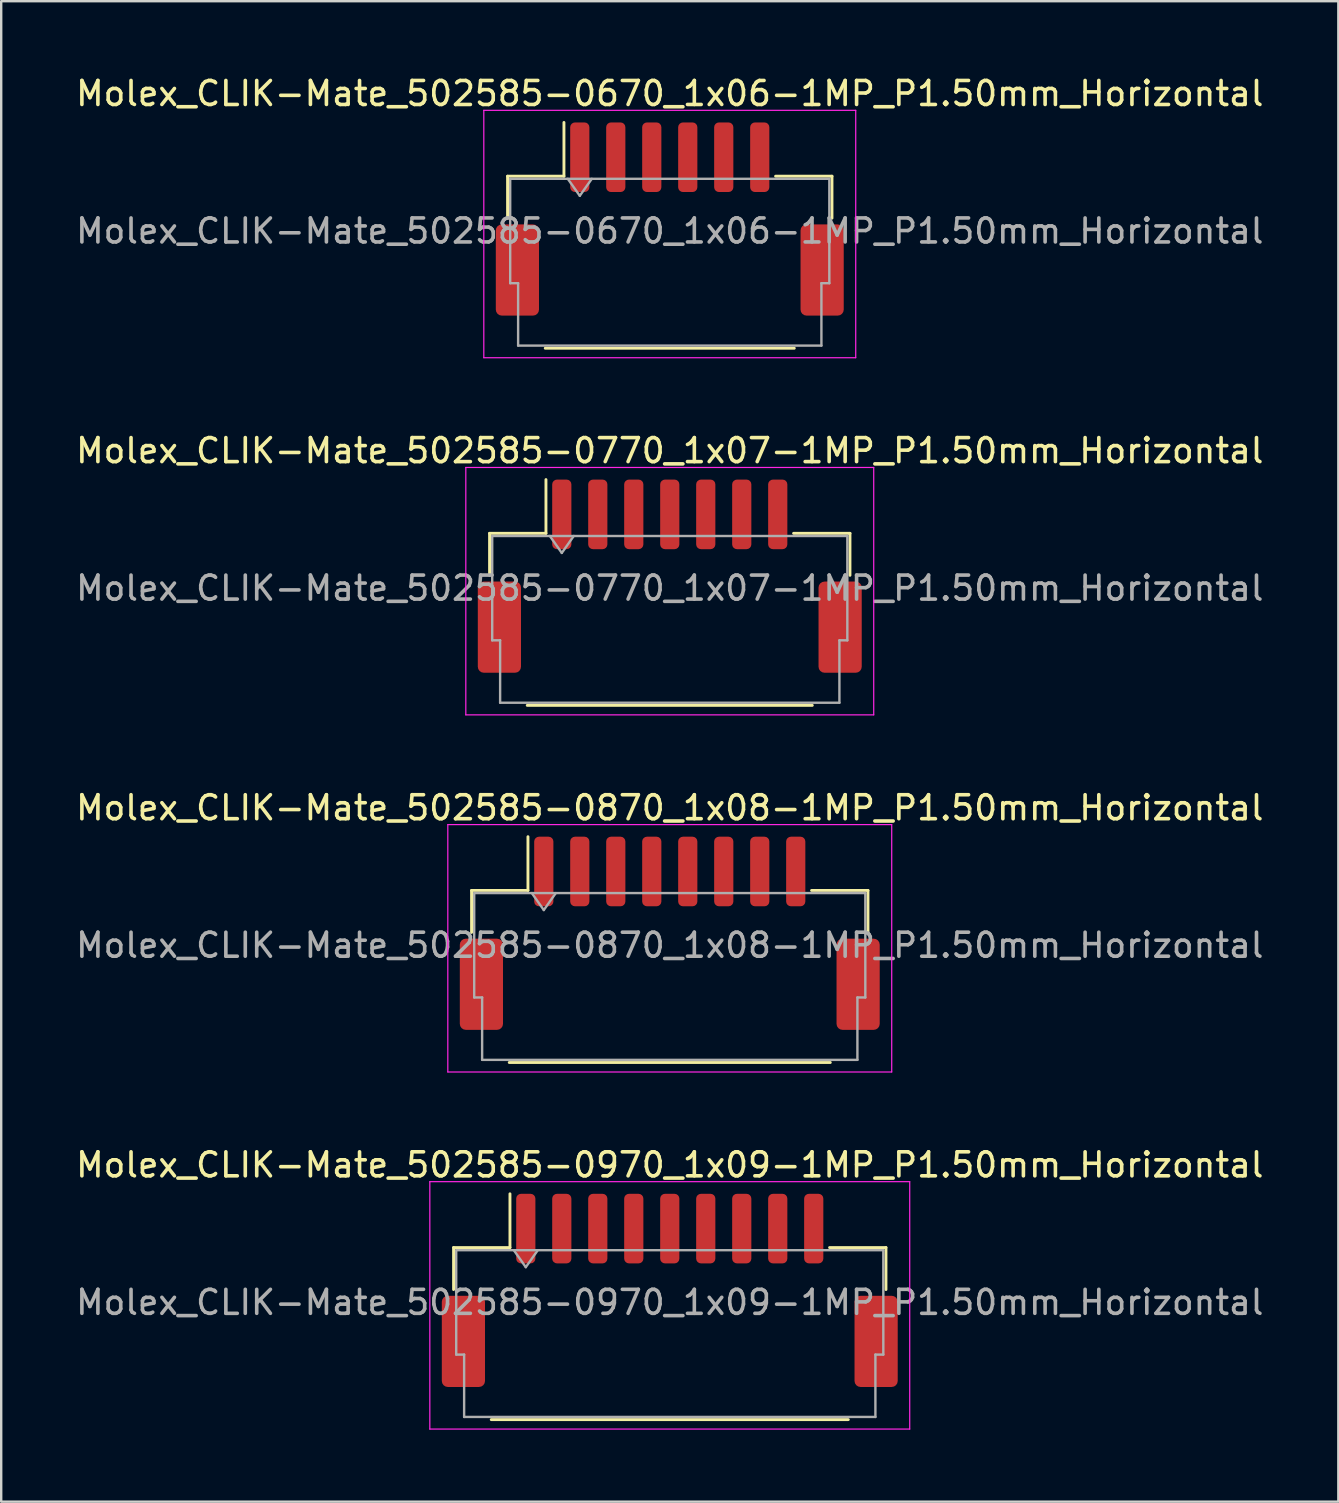
<source format=kicad_pcb>
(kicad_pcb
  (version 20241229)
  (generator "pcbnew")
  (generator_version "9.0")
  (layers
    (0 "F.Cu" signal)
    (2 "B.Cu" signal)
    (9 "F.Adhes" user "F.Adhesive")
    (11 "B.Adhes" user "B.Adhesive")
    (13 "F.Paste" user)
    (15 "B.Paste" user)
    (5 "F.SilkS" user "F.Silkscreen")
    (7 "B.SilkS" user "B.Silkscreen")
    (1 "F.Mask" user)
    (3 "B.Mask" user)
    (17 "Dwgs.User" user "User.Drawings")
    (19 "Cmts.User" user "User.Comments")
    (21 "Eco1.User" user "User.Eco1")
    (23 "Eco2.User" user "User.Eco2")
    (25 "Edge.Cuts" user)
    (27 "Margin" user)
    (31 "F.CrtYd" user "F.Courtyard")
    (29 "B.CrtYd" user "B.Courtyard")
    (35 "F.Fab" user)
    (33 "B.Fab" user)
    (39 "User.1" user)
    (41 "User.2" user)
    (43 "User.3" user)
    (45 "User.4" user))
  (footprint "Molex_CLIK-Mate_502585-0670_1x06-1MP_P1.50mm_Horizontal"
    (layer "F.Cu")
    (at 24.863 6.078)
    (property "Reference" "Molex_CLIK-Mate_502585-0670_1x06-1MP_P1.50mm_Horizontal" (at 0 -5.23 0) (layer "F.SilkS") (effects (font (size 1 1) (thickness 0.15))))
    (attr smd)
    (fp_line (start -6.76 -1.785) (end -4.41 -1.785) (stroke (width 0.12) (type solid)) (layer "F.SilkS"))
    (fp_line (start -6.76 -0.035) (end -6.76 -1.785) (stroke (width 0.12) (type solid)) (layer "F.SilkS"))
    (fp_line (start -5.19 5.385) (end 5.19 5.385) (stroke (width 0.12) (type solid)) (layer "F.SilkS"))
    (fp_line (start -4.41 -1.785) (end -4.41 -4.025) (stroke (width 0.12) (type solid)) (layer "F.SilkS"))
    (fp_line (start 6.76 -1.785) (end 4.41 -1.785) (stroke (width 0.12) (type solid)) (layer "F.SilkS"))
    (fp_line (start 6.76 -0.035) (end 6.76 -1.785) (stroke (width 0.12) (type solid)) (layer "F.SilkS"))
    (fp_line (start -7.75 -4.53) (end -7.75 5.78) (stroke (width 0.05) (type solid)) (layer "F.CrtYd"))
    (fp_line (start -7.75 5.78) (end 7.75 5.78) (stroke (width 0.05) (type solid)) (layer "F.CrtYd"))
    (fp_line (start 7.75 -4.53) (end -7.75 -4.53) (stroke (width 0.05) (type solid)) (layer "F.CrtYd"))
    (fp_line (start 7.75 5.78) (end 7.75 -4.53) (stroke (width 0.05) (type solid)) (layer "F.CrtYd"))
    (fp_line (start -6.65 -1.675) (end -6.65 2.675) (stroke (width 0.1) (type solid)) (layer "F.Fab"))
    (fp_line (start -6.65 -1.675) (end 6.65 -1.675) (stroke (width 0.1) (type solid)) (layer "F.Fab"))
    (fp_line (start -6.65 2.675) (end -6.32 2.675) (stroke (width 0.1) (type solid)) (layer "F.Fab"))
    (fp_line (start -6.32 2.675) (end -6.32 5.275) (stroke (width 0.1) (type solid)) (layer "F.Fab"))
    (fp_line (start -6.32 5.275) (end 6.32 5.275) (stroke (width 0.1) (type solid)) (layer "F.Fab"))
    (fp_line (start -4.25 -1.675) (end -3.75 -0.968) (stroke (width 0.1) (type solid)) (layer "F.Fab"))
    (fp_line (start -3.75 -0.968) (end -3.25 -1.675) (stroke (width 0.1) (type solid)) (layer "F.Fab"))
    (fp_line (start 6.32 2.675) (end 6.65 2.675) (stroke (width 0.1) (type solid)) (layer "F.Fab"))
    (fp_line (start 6.32 5.275) (end 6.32 2.675) (stroke (width 0.1) (type solid)) (layer "F.Fab"))
    (fp_line (start 6.65 -1.675) (end 6.65 2.675) (stroke (width 0.1) (type solid)) (layer "F.Fab"))
    (fp_text user "${REFERENCE}" (at 0 0.5 0) (layer "F.Fab") (effects (font (size 1 1) (thickness 0.15))))
    (pad "1" smd roundrect (at -3.75 -2.575) (size 0.8 2.9) (layers "F.Cu" "F.Mask" "F.Paste") (roundrect_rratio 0.25))
    (pad "2" smd roundrect (at -2.25 -2.575) (size 0.8 2.9) (layers "F.Cu" "F.Mask" "F.Paste") (roundrect_rratio 0.25))
    (pad "3" smd roundrect (at -0.75 -2.575) (size 0.8 2.9) (layers "F.Cu" "F.Mask" "F.Paste") (roundrect_rratio 0.25))
    (pad "4" smd roundrect (at 0.75 -2.575) (size 0.8 2.9) (layers "F.Cu" "F.Mask" "F.Paste") (roundrect_rratio 0.25))
    (pad "5" smd roundrect (at 2.25 -2.575) (size 0.8 2.9) (layers "F.Cu" "F.Mask" "F.Paste") (roundrect_rratio 0.25))
    (pad "6" smd roundrect (at 3.75 -2.575) (size 0.8 2.9) (layers "F.Cu" "F.Mask" "F.Paste") (roundrect_rratio 0.25))
    (pad "MP" smd roundrect (at -6.35 2.125) (size 1.8 3.8) (layers "F.Cu" "F.Mask" "F.Paste") (roundrect_rratio 0.139))
    (pad "MP" smd roundrect (at 6.35 2.125) (size 1.8 3.8) (layers "F.Cu" "F.Mask" "F.Paste") (roundrect_rratio 0.139)))
  (footprint "Molex_CLIK-Mate_502585-0770_1x07-1MP_P1.50mm_Horizontal"
    (layer "F.Cu")
    (at 24.863 20.962)
    (property "Reference" "Molex_CLIK-Mate_502585-0770_1x07-1MP_P1.50mm_Horizontal" (at 0 -5.23 0) (layer "F.SilkS") (effects (font (size 1 1) (thickness 0.15))))
    (attr smd)
    (fp_line (start -7.51 -1.785) (end -5.16 -1.785) (stroke (width 0.12) (type solid)) (layer "F.SilkS"))
    (fp_line (start -7.51 -0.035) (end -7.51 -1.785) (stroke (width 0.12) (type solid)) (layer "F.SilkS"))
    (fp_line (start -5.94 5.385) (end 5.94 5.385) (stroke (width 0.12) (type solid)) (layer "F.SilkS"))
    (fp_line (start -5.16 -1.785) (end -5.16 -4.025) (stroke (width 0.12) (type solid)) (layer "F.SilkS"))
    (fp_line (start 7.51 -1.785) (end 5.16 -1.785) (stroke (width 0.12) (type solid)) (layer "F.SilkS"))
    (fp_line (start 7.51 -0.035) (end 7.51 -1.785) (stroke (width 0.12) (type solid)) (layer "F.SilkS"))
    (fp_line (start -8.5 -4.53) (end -8.5 5.78) (stroke (width 0.05) (type solid)) (layer "F.CrtYd"))
    (fp_line (start -8.5 5.78) (end 8.5 5.78) (stroke (width 0.05) (type solid)) (layer "F.CrtYd"))
    (fp_line (start 8.5 -4.53) (end -8.5 -4.53) (stroke (width 0.05) (type solid)) (layer "F.CrtYd"))
    (fp_line (start 8.5 5.78) (end 8.5 -4.53) (stroke (width 0.05) (type solid)) (layer "F.CrtYd"))
    (fp_line (start -7.4 -1.675) (end -7.4 2.675) (stroke (width 0.1) (type solid)) (layer "F.Fab"))
    (fp_line (start -7.4 -1.675) (end 7.4 -1.675) (stroke (width 0.1) (type solid)) (layer "F.Fab"))
    (fp_line (start -7.4 2.675) (end -7.07 2.675) (stroke (width 0.1) (type solid)) (layer "F.Fab"))
    (fp_line (start -7.07 2.675) (end -7.07 5.275) (stroke (width 0.1) (type solid)) (layer "F.Fab"))
    (fp_line (start -7.07 5.275) (end 7.07 5.275) (stroke (width 0.1) (type solid)) (layer "F.Fab"))
    (fp_line (start -5 -1.675) (end -4.5 -0.968) (stroke (width 0.1) (type solid)) (layer "F.Fab"))
    (fp_line (start -4.5 -0.968) (end -4 -1.675) (stroke (width 0.1) (type solid)) (layer "F.Fab"))
    (fp_line (start 7.07 2.675) (end 7.4 2.675) (stroke (width 0.1) (type solid)) (layer "F.Fab"))
    (fp_line (start 7.07 5.275) (end 7.07 2.675) (stroke (width 0.1) (type solid)) (layer "F.Fab"))
    (fp_line (start 7.4 -1.675) (end 7.4 2.675) (stroke (width 0.1) (type solid)) (layer "F.Fab"))
    (fp_text user "${REFERENCE}" (at 0 0.5 0) (layer "F.Fab") (effects (font (size 1 1) (thickness 0.15))))
    (pad "1" smd roundrect (at -4.5 -2.575) (size 0.8 2.9) (layers "F.Cu" "F.Mask" "F.Paste") (roundrect_rratio 0.25))
    (pad "2" smd roundrect (at -3 -2.575) (size 0.8 2.9) (layers "F.Cu" "F.Mask" "F.Paste") (roundrect_rratio 0.25))
    (pad "3" smd roundrect (at -1.5 -2.575) (size 0.8 2.9) (layers "F.Cu" "F.Mask" "F.Paste") (roundrect_rratio 0.25))
    (pad "4" smd roundrect (at 0 -2.575) (size 0.8 2.9) (layers "F.Cu" "F.Mask" "F.Paste") (roundrect_rratio 0.25))
    (pad "5" smd roundrect (at 1.5 -2.575) (size 0.8 2.9) (layers "F.Cu" "F.Mask" "F.Paste") (roundrect_rratio 0.25))
    (pad "6" smd roundrect (at 3 -2.575) (size 0.8 2.9) (layers "F.Cu" "F.Mask" "F.Paste") (roundrect_rratio 0.25))
    (pad "7" smd roundrect (at 4.5 -2.575) (size 0.8 2.9) (layers "F.Cu" "F.Mask" "F.Paste") (roundrect_rratio 0.25))
    (pad "MP" smd roundrect (at -7.1 2.125) (size 1.8 3.8) (layers "F.Cu" "F.Mask" "F.Paste") (roundrect_rratio 0.139))
    (pad "MP" smd roundrect (at 7.1 2.125) (size 1.8 3.8) (layers "F.Cu" "F.Mask" "F.Paste") (roundrect_rratio 0.139)))
  (footprint "Molex_CLIK-Mate_502585-0870_1x08-1MP_P1.50mm_Horizontal"
    (layer "F.Cu")
    (at 24.863 35.845)
    (property "Reference" "Molex_CLIK-Mate_502585-0870_1x08-1MP_P1.50mm_Horizontal" (at 0 -5.23 0) (layer "F.SilkS") (effects (font (size 1 1) (thickness 0.15))))
    (attr smd)
    (fp_line (start -8.26 -1.785) (end -5.91 -1.785) (stroke (width 0.12) (type solid)) (layer "F.SilkS"))
    (fp_line (start -8.26 -0.035) (end -8.26 -1.785) (stroke (width 0.12) (type solid)) (layer "F.SilkS"))
    (fp_line (start -6.69 5.385) (end 6.69 5.385) (stroke (width 0.12) (type solid)) (layer "F.SilkS"))
    (fp_line (start -5.91 -1.785) (end -5.91 -4.025) (stroke (width 0.12) (type solid)) (layer "F.SilkS"))
    (fp_line (start 8.26 -1.785) (end 5.91 -1.785) (stroke (width 0.12) (type solid)) (layer "F.SilkS"))
    (fp_line (start 8.26 -0.035) (end 8.26 -1.785) (stroke (width 0.12) (type solid)) (layer "F.SilkS"))
    (fp_line (start -9.25 -4.53) (end -9.25 5.78) (stroke (width 0.05) (type solid)) (layer "F.CrtYd"))
    (fp_line (start -9.25 5.78) (end 9.25 5.78) (stroke (width 0.05) (type solid)) (layer "F.CrtYd"))
    (fp_line (start 9.25 -4.53) (end -9.25 -4.53) (stroke (width 0.05) (type solid)) (layer "F.CrtYd"))
    (fp_line (start 9.25 5.78) (end 9.25 -4.53) (stroke (width 0.05) (type solid)) (layer "F.CrtYd"))
    (fp_line (start -8.15 -1.675) (end -8.15 2.675) (stroke (width 0.1) (type solid)) (layer "F.Fab"))
    (fp_line (start -8.15 -1.675) (end 8.15 -1.675) (stroke (width 0.1) (type solid)) (layer "F.Fab"))
    (fp_line (start -8.15 2.675) (end -7.82 2.675) (stroke (width 0.1) (type solid)) (layer "F.Fab"))
    (fp_line (start -7.82 2.675) (end -7.82 5.275) (stroke (width 0.1) (type solid)) (layer "F.Fab"))
    (fp_line (start -7.82 5.275) (end 7.82 5.275) (stroke (width 0.1) (type solid)) (layer "F.Fab"))
    (fp_line (start -5.75 -1.675) (end -5.25 -0.968) (stroke (width 0.1) (type solid)) (layer "F.Fab"))
    (fp_line (start -5.25 -0.968) (end -4.75 -1.675) (stroke (width 0.1) (type solid)) (layer "F.Fab"))
    (fp_line (start 7.82 2.675) (end 8.15 2.675) (stroke (width 0.1) (type solid)) (layer "F.Fab"))
    (fp_line (start 7.82 5.275) (end 7.82 2.675) (stroke (width 0.1) (type solid)) (layer "F.Fab"))
    (fp_line (start 8.15 -1.675) (end 8.15 2.675) (stroke (width 0.1) (type solid)) (layer "F.Fab"))
    (fp_text user "${REFERENCE}" (at 0 0.5 0) (layer "F.Fab") (effects (font (size 1 1) (thickness 0.15))))
    (pad "1" smd roundrect (at -5.25 -2.575) (size 0.8 2.9) (layers "F.Cu" "F.Mask" "F.Paste") (roundrect_rratio 0.25))
    (pad "2" smd roundrect (at -3.75 -2.575) (size 0.8 2.9) (layers "F.Cu" "F.Mask" "F.Paste") (roundrect_rratio 0.25))
    (pad "3" smd roundrect (at -2.25 -2.575) (size 0.8 2.9) (layers "F.Cu" "F.Mask" "F.Paste") (roundrect_rratio 0.25))
    (pad "4" smd roundrect (at -0.75 -2.575) (size 0.8 2.9) (layers "F.Cu" "F.Mask" "F.Paste") (roundrect_rratio 0.25))
    (pad "5" smd roundrect (at 0.75 -2.575) (size 0.8 2.9) (layers "F.Cu" "F.Mask" "F.Paste") (roundrect_rratio 0.25))
    (pad "6" smd roundrect (at 2.25 -2.575) (size 0.8 2.9) (layers "F.Cu" "F.Mask" "F.Paste") (roundrect_rratio 0.25))
    (pad "7" smd roundrect (at 3.75 -2.575) (size 0.8 2.9) (layers "F.Cu" "F.Mask" "F.Paste") (roundrect_rratio 0.25))
    (pad "8" smd roundrect (at 5.25 -2.575) (size 0.8 2.9) (layers "F.Cu" "F.Mask" "F.Paste") (roundrect_rratio 0.25))
    (pad "MP" smd roundrect (at -7.85 2.125) (size 1.8 3.8) (layers "F.Cu" "F.Mask" "F.Paste") (roundrect_rratio 0.139))
    (pad "MP" smd roundrect (at 7.85 2.125) (size 1.8 3.8) (layers "F.Cu" "F.Mask" "F.Paste") (roundrect_rratio 0.139)))
  (footprint "Molex_CLIK-Mate_502585-0970_1x09-1MP_P1.50mm_Horizontal"
    (layer "F.Cu")
    (at 24.863 50.728)
    (property "Reference" "Molex_CLIK-Mate_502585-0970_1x09-1MP_P1.50mm_Horizontal" (at 0 -5.23 0) (layer "F.SilkS") (effects (font (size 1 1) (thickness 0.15))))
    (attr smd)
    (fp_line (start -9.01 -1.785) (end -6.66 -1.785) (stroke (width 0.12) (type solid)) (layer "F.SilkS"))
    (fp_line (start -9.01 -0.035) (end -9.01 -1.785) (stroke (width 0.12) (type solid)) (layer "F.SilkS"))
    (fp_line (start -7.44 5.385) (end 7.44 5.385) (stroke (width 0.12) (type solid)) (layer "F.SilkS"))
    (fp_line (start -6.66 -1.785) (end -6.66 -4.025) (stroke (width 0.12) (type solid)) (layer "F.SilkS"))
    (fp_line (start 9.01 -1.785) (end 6.66 -1.785) (stroke (width 0.12) (type solid)) (layer "F.SilkS"))
    (fp_line (start 9.01 -0.035) (end 9.01 -1.785) (stroke (width 0.12) (type solid)) (layer "F.SilkS"))
    (fp_line (start -10 -4.53) (end -10 5.78) (stroke (width 0.05) (type solid)) (layer "F.CrtYd"))
    (fp_line (start -10 5.78) (end 10 5.78) (stroke (width 0.05) (type solid)) (layer "F.CrtYd"))
    (fp_line (start 10 -4.53) (end -10 -4.53) (stroke (width 0.05) (type solid)) (layer "F.CrtYd"))
    (fp_line (start 10 5.78) (end 10 -4.53) (stroke (width 0.05) (type solid)) (layer "F.CrtYd"))
    (fp_line (start -8.9 -1.675) (end -8.9 2.675) (stroke (width 0.1) (type solid)) (layer "F.Fab"))
    (fp_line (start -8.9 -1.675) (end 8.9 -1.675) (stroke (width 0.1) (type solid)) (layer "F.Fab"))
    (fp_line (start -8.9 2.675) (end -8.57 2.675) (stroke (width 0.1) (type solid)) (layer "F.Fab"))
    (fp_line (start -8.57 2.675) (end -8.57 5.275) (stroke (width 0.1) (type solid)) (layer "F.Fab"))
    (fp_line (start -8.57 5.275) (end 8.57 5.275) (stroke (width 0.1) (type solid)) (layer "F.Fab"))
    (fp_line (start -6.5 -1.675) (end -6 -0.968) (stroke (width 0.1) (type solid)) (layer "F.Fab"))
    (fp_line (start -6 -0.968) (end -5.5 -1.675) (stroke (width 0.1) (type solid)) (layer "F.Fab"))
    (fp_line (start 8.57 2.675) (end 8.9 2.675) (stroke (width 0.1) (type solid)) (layer "F.Fab"))
    (fp_line (start 8.57 5.275) (end 8.57 2.675) (stroke (width 0.1) (type solid)) (layer "F.Fab"))
    (fp_line (start 8.9 -1.675) (end 8.9 2.675) (stroke (width 0.1) (type solid)) (layer "F.Fab"))
    (fp_text user "${REFERENCE}" (at 0 0.5 0) (layer "F.Fab") (effects (font (size 1 1) (thickness 0.15))))
    (pad "1" smd roundrect (at -6 -2.575) (size 0.8 2.9) (layers "F.Cu" "F.Mask" "F.Paste") (roundrect_rratio 0.25))
    (pad "2" smd roundrect (at -4.5 -2.575) (size 0.8 2.9) (layers "F.Cu" "F.Mask" "F.Paste") (roundrect_rratio 0.25))
    (pad "3" smd roundrect (at -3 -2.575) (size 0.8 2.9) (layers "F.Cu" "F.Mask" "F.Paste") (roundrect_rratio 0.25))
    (pad "4" smd roundrect (at -1.5 -2.575) (size 0.8 2.9) (layers "F.Cu" "F.Mask" "F.Paste") (roundrect_rratio 0.25))
    (pad "5" smd roundrect (at 0 -2.575) (size 0.8 2.9) (layers "F.Cu" "F.Mask" "F.Paste") (roundrect_rratio 0.25))
    (pad "6" smd roundrect (at 1.5 -2.575) (size 0.8 2.9) (layers "F.Cu" "F.Mask" "F.Paste") (roundrect_rratio 0.25))
    (pad "7" smd roundrect (at 3 -2.575) (size 0.8 2.9) (layers "F.Cu" "F.Mask" "F.Paste") (roundrect_rratio 0.25))
    (pad "8" smd roundrect (at 4.5 -2.575) (size 0.8 2.9) (layers "F.Cu" "F.Mask" "F.Paste") (roundrect_rratio 0.25))
    (pad "9" smd roundrect (at 6 -2.575) (size 0.8 2.9) (layers "F.Cu" "F.Mask" "F.Paste") (roundrect_rratio 0.25))
    (pad "MP" smd roundrect (at -8.6 2.125) (size 1.8 3.8) (layers "F.Cu" "F.Mask" "F.Paste") (roundrect_rratio 0.139))
    (pad "MP" smd roundrect (at 8.6 2.125) (size 1.8 3.8) (layers "F.Cu" "F.Mask" "F.Paste") (roundrect_rratio 0.139)))
  (gr_rect
    (start -3 -3)
    (end 52.726 59.533)
    (stroke (width 0.1) (type default))
    (fill no)
    (layer "Edge.Cuts")))
</source>
